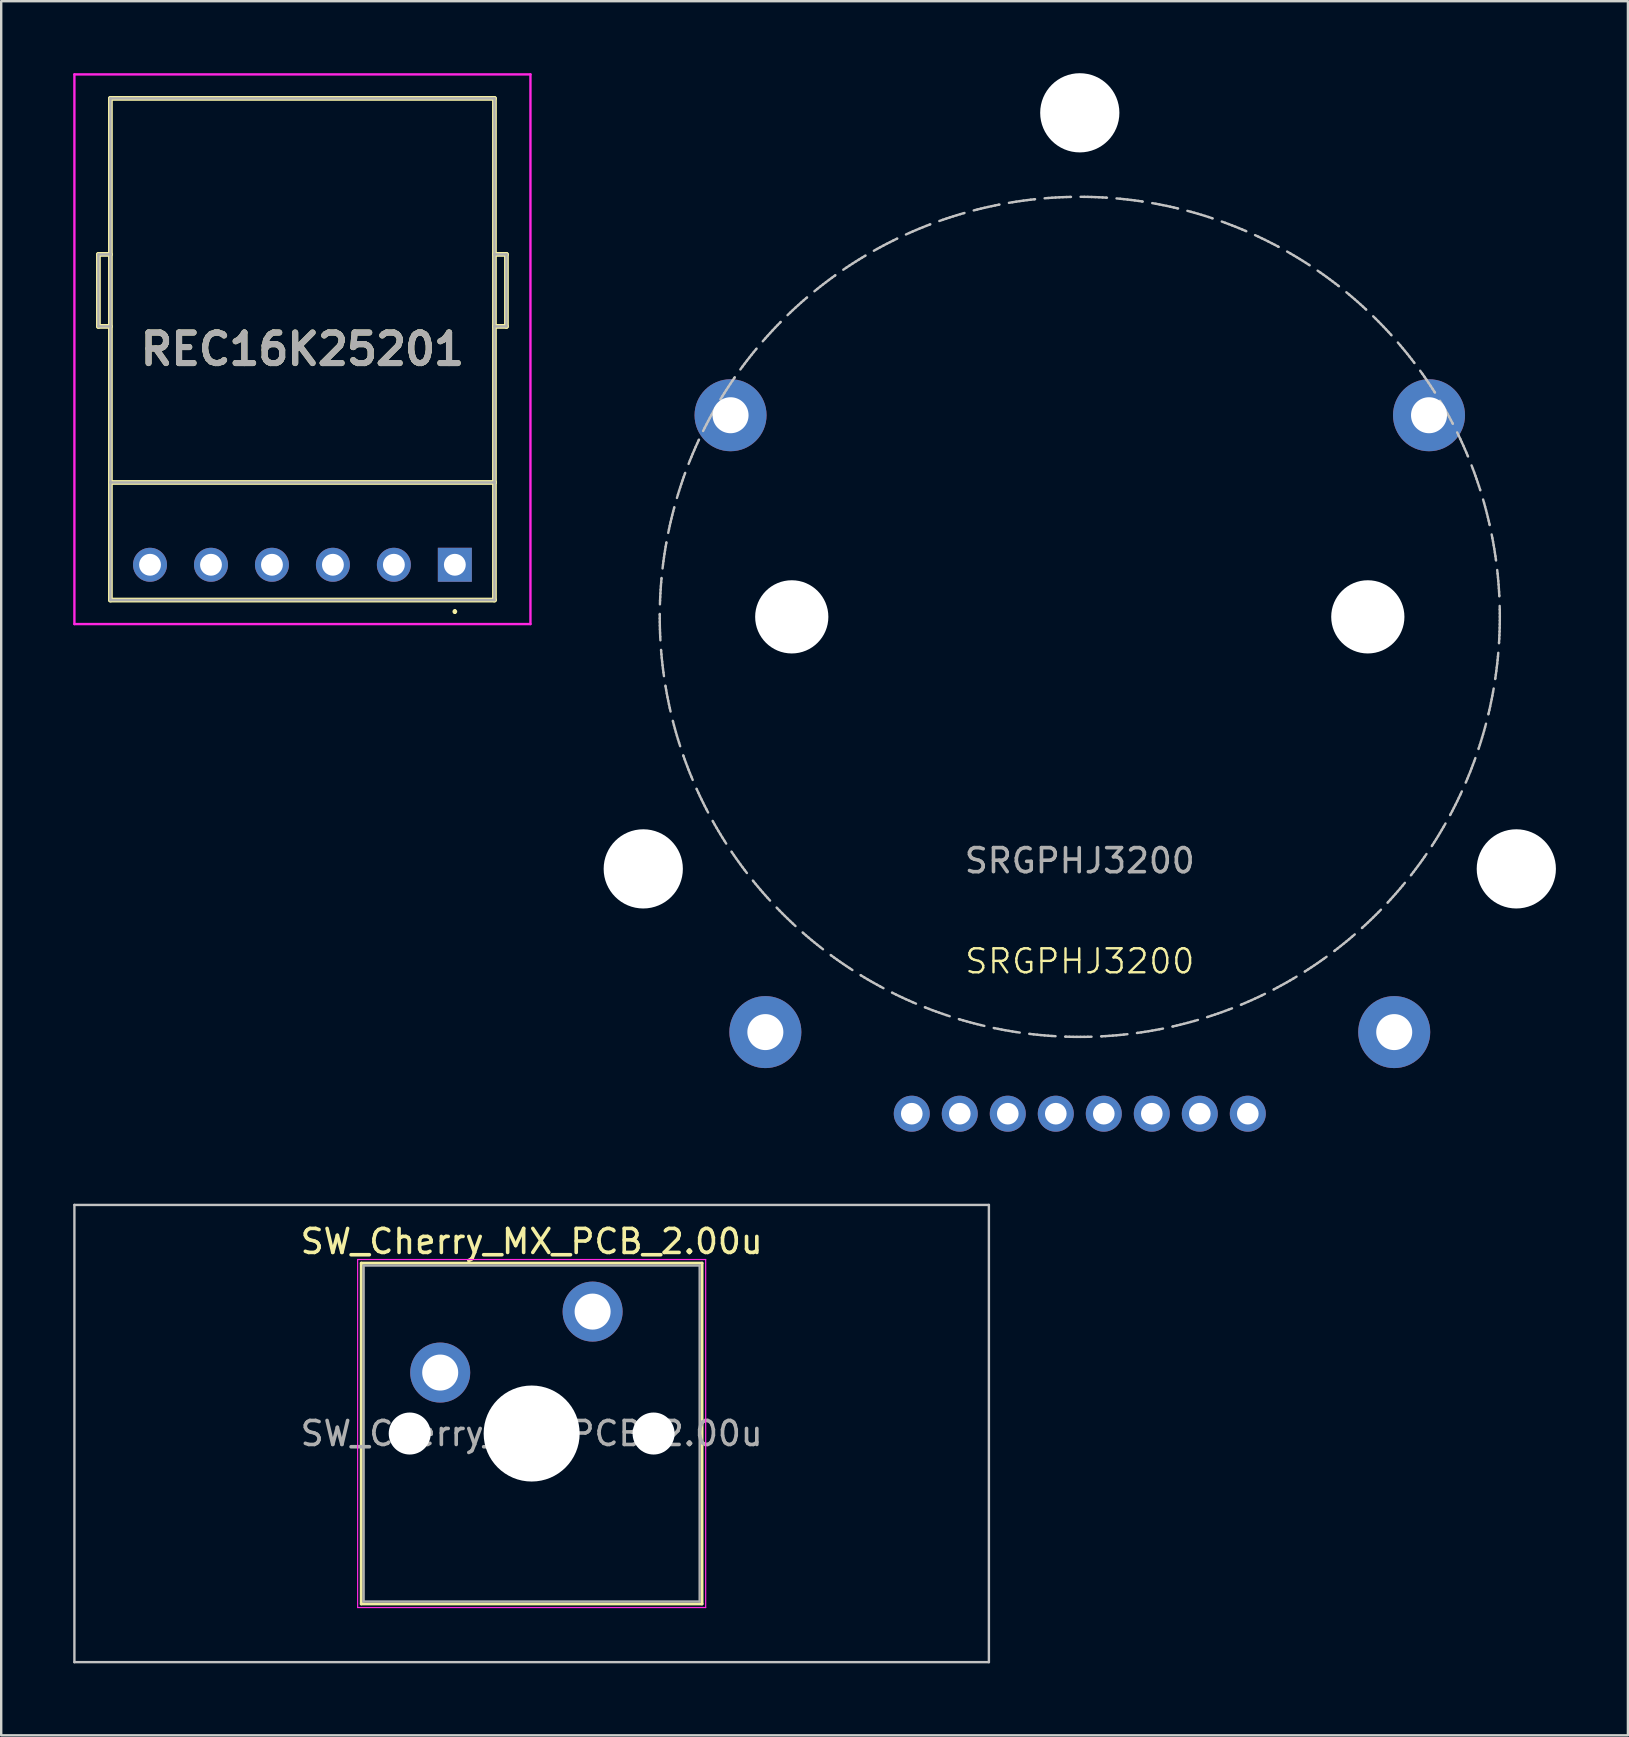
<source format=kicad_pcb>
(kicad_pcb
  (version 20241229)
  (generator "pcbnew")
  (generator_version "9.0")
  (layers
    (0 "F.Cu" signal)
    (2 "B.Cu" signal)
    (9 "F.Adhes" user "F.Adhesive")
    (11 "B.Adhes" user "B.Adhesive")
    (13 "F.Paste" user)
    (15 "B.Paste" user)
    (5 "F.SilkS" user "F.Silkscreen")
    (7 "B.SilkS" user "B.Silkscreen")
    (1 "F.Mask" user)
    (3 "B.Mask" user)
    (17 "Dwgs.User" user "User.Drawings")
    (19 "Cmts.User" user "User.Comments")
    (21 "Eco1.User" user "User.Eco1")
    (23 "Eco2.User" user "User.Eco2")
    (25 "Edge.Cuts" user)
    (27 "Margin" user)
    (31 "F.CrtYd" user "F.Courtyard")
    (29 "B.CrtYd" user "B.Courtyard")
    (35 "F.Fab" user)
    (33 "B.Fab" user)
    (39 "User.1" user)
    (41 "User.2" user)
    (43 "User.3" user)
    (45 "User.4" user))
  (footprint "SW_Cherry_MX_PCB_2.00u"
    (layer "F.Cu")
    (at 19.1 56.675)
    (property "Reference" "SW_Cherry_MX_PCB_2.00u" (at 0 -8 0) (layer "F.SilkS") (effects (font (size 1 1) (thickness 0.15))))
    (attr through_hole)
    (fp_line (start -7.1 -7.1) (end -7.1 7.1) (stroke (width 0.12) (type solid)) (layer "F.SilkS"))
    (fp_line (start -7.1 7.1) (end 7.1 7.1) (stroke (width 0.12) (type solid)) (layer "F.SilkS"))
    (fp_line (start 7.1 -7.1) (end -7.1 -7.1) (stroke (width 0.12) (type solid)) (layer "F.SilkS"))
    (fp_line (start 7.1 7.1) (end 7.1 -7.1) (stroke (width 0.12) (type solid)) (layer "F.SilkS"))
    (fp_line (start -19.05 -9.525) (end -19.05 9.525) (stroke (width 0.1) (type solid)) (layer "Dwgs.User"))
    (fp_line (start -19.05 9.525) (end 19.05 9.525) (stroke (width 0.1) (type solid)) (layer "Dwgs.User"))
    (fp_line (start 19.05 -9.525) (end -19.05 -9.525) (stroke (width 0.1) (type solid)) (layer "Dwgs.User"))
    (fp_line (start 19.05 9.525) (end 19.05 -9.525) (stroke (width 0.1) (type solid)) (layer "Dwgs.User"))
    (fp_line (start -7 -7) (end -7 7) (stroke (width 0.1) (type solid)) (layer "Eco1.User"))
    (fp_line (start -7 7) (end 7 7) (stroke (width 0.1) (type solid)) (layer "Eco1.User"))
    (fp_line (start 7 -7) (end -7 -7) (stroke (width 0.1) (type solid)) (layer "Eco1.User"))
    (fp_line (start 7 7) (end 7 -7) (stroke (width 0.1) (type solid)) (layer "Eco1.User"))
    (fp_line (start -7.25 -7.25) (end -7.25 7.25) (stroke (width 0.05) (type solid)) (layer "F.CrtYd"))
    (fp_line (start -7.25 7.25) (end 7.25 7.25) (stroke (width 0.05) (type solid)) (layer "F.CrtYd"))
    (fp_line (start 7.25 -7.25) (end -7.25 -7.25) (stroke (width 0.05) (type solid)) (layer "F.CrtYd"))
    (fp_line (start 7.25 7.25) (end 7.25 -7.25) (stroke (width 0.05) (type solid)) (layer "F.CrtYd"))
    (fp_line (start -7 -7) (end -7 7) (stroke (width 0.1) (type solid)) (layer "F.Fab"))
    (fp_line (start -7 7) (end 7 7) (stroke (width 0.1) (type solid)) (layer "F.Fab"))
    (fp_line (start 7 -7) (end -7 -7) (stroke (width 0.1) (type solid)) (layer "F.Fab"))
    (fp_line (start 7 7) (end 7 -7) (stroke (width 0.1) (type solid)) (layer "F.Fab"))
    (fp_text user "${REFERENCE}" (at 0 0 0) (layer "F.Fab") (effects (font (size 1 1) (thickness 0.15))))
    (pad "" np_thru_hole circle (at -5.08 0) (size 1.75 1.75) (drill 1.75) (layers "*.Cu" "*.Mask"))
    (pad "" np_thru_hole circle (at 0 0) (size 4 4) (drill 4) (layers "*.Cu" "*.Mask"))
    (pad "" np_thru_hole circle (at 5.08 0) (size 1.75 1.75) (drill 1.75) (layers "*.Cu" "*.Mask"))
    (pad "1" thru_hole circle (at -3.81 -2.54) (size 2.5 2.5) (drill 1.5) (layers "*.Cu" "*.Mask"))
    (pad "2" thru_hole circle (at 2.54 -5.08) (size 2.5 2.5) (drill 1.5) (layers "*.Cu" "*.Mask")))
  (footprint "REC16K25201"
    (layer "F.Cu")
    (at 9.55 8.96)
    (property "Reference" "REC16K25201" (at 0 2.54 0) (layer "F.SilkS") (effects (font (size 1.27 1.27) (thickness 0.254))))
    (attr through_hole)
    (fp_line (start -8.5 -1.41) (end -8.5 1.59) (stroke (width 0.2) (type solid)) (layer "F.SilkS"))
    (fp_line (start -8.5 1.59) (end -8 1.59) (stroke (width 0.2) (type solid)) (layer "F.SilkS"))
    (fp_line (start -8 -7.91) (end 8 -7.91) (stroke (width 0.2) (type solid)) (layer "F.SilkS"))
    (fp_line (start -8 -1.41) (end -8.5 -1.41) (stroke (width 0.2) (type solid)) (layer "F.SilkS"))
    (fp_line (start -8 8.09) (end -8 -7.91) (stroke (width 0.2) (type solid)) (layer "F.SilkS"))
    (fp_line (start -8 8.09) (end -8 12.99) (stroke (width 0.2) (type solid)) (layer "F.SilkS"))
    (fp_line (start -8 12.99) (end 8 12.99) (stroke (width 0.2) (type solid)) (layer "F.SilkS"))
    (fp_line (start 6.35 13.42) (end 6.35 13.42) (stroke (width 0.1) (type solid)) (layer "F.SilkS"))
    (fp_line (start 6.35 13.52) (end 6.35 13.52) (stroke (width 0.1) (type solid)) (layer "F.SilkS"))
    (fp_line (start 8 -7.91) (end 8 8.09) (stroke (width 0.2) (type solid)) (layer "F.SilkS"))
    (fp_line (start 8 -1.41) (end 8.5 -1.41) (stroke (width 0.2) (type solid)) (layer "F.SilkS"))
    (fp_line (start 8 8.09) (end -8 8.09) (stroke (width 0.2) (type solid)) (layer "F.SilkS"))
    (fp_line (start 8 12.99) (end 8 8.09) (stroke (width 0.2) (type solid)) (layer "F.SilkS"))
    (fp_line (start 8.5 -1.41) (end 8.5 1.59) (stroke (width 0.2) (type solid)) (layer "F.SilkS"))
    (fp_line (start 8.5 1.59) (end 8 1.59) (stroke (width 0.2) (type solid)) (layer "F.SilkS"))
    (fp_arc (start 6.35 13.42) (mid 6.4 13.47) (end 6.35 13.52) (stroke (width 0.1) (type solid)) (layer "F.SilkS"))
    (fp_arc (start 6.35 13.52) (mid 6.3 13.47) (end 6.35 13.42) (stroke (width 0.1) (type solid)) (layer "F.SilkS"))
    (fp_line (start -9.5 -8.91) (end 9.5 -8.91) (stroke (width 0.1) (type solid)) (layer "F.CrtYd"))
    (fp_line (start -9.5 13.99) (end -9.5 -8.91) (stroke (width 0.1) (type solid)) (layer "F.CrtYd"))
    (fp_line (start 9.5 -8.91) (end 9.5 13.99) (stroke (width 0.1) (type solid)) (layer "F.CrtYd"))
    (fp_line (start 9.5 13.99) (end -9.5 13.99) (stroke (width 0.1) (type solid)) (layer "F.CrtYd"))
    (fp_line (start -8.5 -1.41) (end -8.5 1.59) (stroke (width 0.1) (type solid)) (layer "F.Fab"))
    (fp_line (start -8.5 1.59) (end -8 1.59) (stroke (width 0.1) (type solid)) (layer "F.Fab"))
    (fp_line (start -8 -7.91) (end 8 -7.91) (stroke (width 0.1) (type solid)) (layer "F.Fab"))
    (fp_line (start -8 -1.41) (end -8.5 -1.41) (stroke (width 0.1) (type solid)) (layer "F.Fab"))
    (fp_line (start -8 8.09) (end -8 -7.91) (stroke (width 0.1) (type solid)) (layer "F.Fab"))
    (fp_line (start -8 8.09) (end -8 12.99) (stroke (width 0.1) (type solid)) (layer "F.Fab"))
    (fp_line (start -8 12.99) (end 8 12.99) (stroke (width 0.1) (type solid)) (layer "F.Fab"))
    (fp_line (start 8 -7.91) (end 8 8.09) (stroke (width 0.1) (type solid)) (layer "F.Fab"))
    (fp_line (start 8 -1.41) (end 8.5 -1.41) (stroke (width 0.1) (type solid)) (layer "F.Fab"))
    (fp_line (start 8 8.09) (end -8 8.09) (stroke (width 0.1) (type solid)) (layer "F.Fab"))
    (fp_line (start 8 12.99) (end 8 8.09) (stroke (width 0.1) (type solid)) (layer "F.Fab"))
    (fp_line (start 8.5 -1.41) (end 8.5 1.59) (stroke (width 0.1) (type solid)) (layer "F.Fab"))
    (fp_line (start 8.5 1.59) (end 8 1.59) (stroke (width 0.1) (type solid)) (layer "F.Fab"))
    (fp_text user "${REFERENCE}" (at 0 2.54 0) (layer "F.Fab") (effects (font (size 1.27 1.27) (thickness 0.254))))
    (pad "1" thru_hole rect (at 6.35 11.52) (size 1.416 1.416) (drill 0.91) (layers "*.Cu" "*.Mask"))
    (pad "2" thru_hole circle (at 3.81 11.52) (size 1.416 1.416) (drill 0.91) (layers "*.Cu" "*.Mask"))
    (pad "3" thru_hole circle (at 1.27 11.52) (size 1.416 1.416) (drill 0.91) (layers "*.Cu" "*.Mask"))
    (pad "4" thru_hole circle (at -1.27 11.52) (size 1.416 1.416) (drill 0.91) (layers "*.Cu" "*.Mask"))
    (pad "5" thru_hole circle (at -3.81 11.52) (size 1.416 1.416) (drill 0.91) (layers "*.Cu" "*.Mask"))
    (pad "6" thru_hole circle (at -6.35 11.52) (size 1.416 1.416) (drill 0.91) (layers "*.Cu" "*.Mask")))
  (footprint "SRGPHJ3200"
    (layer "F.Cu")
    (at 41.937 22.65)
    (property "Reference" "SRGPHJ3200" (at 0 14.35 0) (unlocked yes) (layer "F.SilkS") (effects (font (size 1 1) (thickness 0.1))))
    (attr smd)
    (fp_circle (center 0 0) (end 17.5 0) (stroke (width 0.1) (type dash)) (fill no) (layer "Dwgs.User"))
    (fp_text user "${REFERENCE}" (at 0 10.16 0) (unlocked yes) (layer "F.Fab") (effects (font (size 1 1) (thickness 0.15))))
    (pad "" np_thru_hole circle (at -18.187 10.5) (size 3.3 3.3) (drill 3.3) (layers "*.Cu" "*.Mask"))
    (pad "" thru_hole circle (at -14.55 -8.4) (size 3 3) (drill 1.5) (layers "*.Cu"))
    (pad "" thru_hole circle (at -13.1 17.3) (size 3 3) (drill 1.5) (layers "*.Cu"))
    (pad "" np_thru_hole circle (at -12 0) (size 3.05 3.05) (drill 3.05) (layers "*.Cu" "*.Mask"))
    (pad "" np_thru_hole circle (at 0 -21) (size 3.3 3.3) (drill 3.3) (layers "*.Cu" "*.Mask"))
    (pad "" np_thru_hole circle (at 12 0) (size 3.05 3.05) (drill 3.05) (layers "*.Cu" "*.Mask"))
    (pad "" thru_hole circle (at 13.1 17.3) (size 3 3) (drill 1.5) (layers "*.Cu"))
    (pad "" thru_hole circle (at 14.55 -8.4) (size 3 3) (drill 1.5) (layers "*.Cu"))
    (pad "" np_thru_hole circle (at 18.187 10.5) (size 3.3 3.3) (drill 3.3) (layers "*.Cu" "*.Mask"))
    (pad "1" thru_hole circle (at -7 20.7) (size 1.5 1.5) (drill 0.9) (layers "*.Cu" "*.Mask"))
    (pad "2" thru_hole circle (at -5 20.7) (size 1.5 1.5) (drill 0.9) (layers "*.Cu" "*.Mask"))
    (pad "3" thru_hole circle (at -3 20.7) (size 1.5 1.5) (drill 0.9) (layers "*.Cu" "*.Mask"))
    (pad "4" thru_hole circle (at 1 20.7) (size 1.5 1.5) (drill 0.9) (layers "*.Cu" "*.Mask"))
    (pad "C.1" thru_hole circle (at -1 20.7) (size 1.5 1.5) (drill 0.9) (layers "*.Cu" "*.Mask"))
    (pad "C.2" thru_hole circle (at 5 20.7) (size 1.5 1.5) (drill 0.9) (layers "*.Cu" "*.Mask"))
    (pad "J1" thru_hole circle (at 7 20.7) (size 1.5 1.5) (drill 0.9) (layers "*.Cu" "*.Mask"))
    (pad "J2" thru_hole circle (at 3 20.7) (size 1.5 1.5) (drill 0.9) (layers "*.Cu" "*.Mask")))
  (gr_rect
    (start -3 -3)
    (end 64.774 69.25)
    (stroke (width 0.1) (type default))
    (fill no)
    (layer "Edge.Cuts")))
</source>
